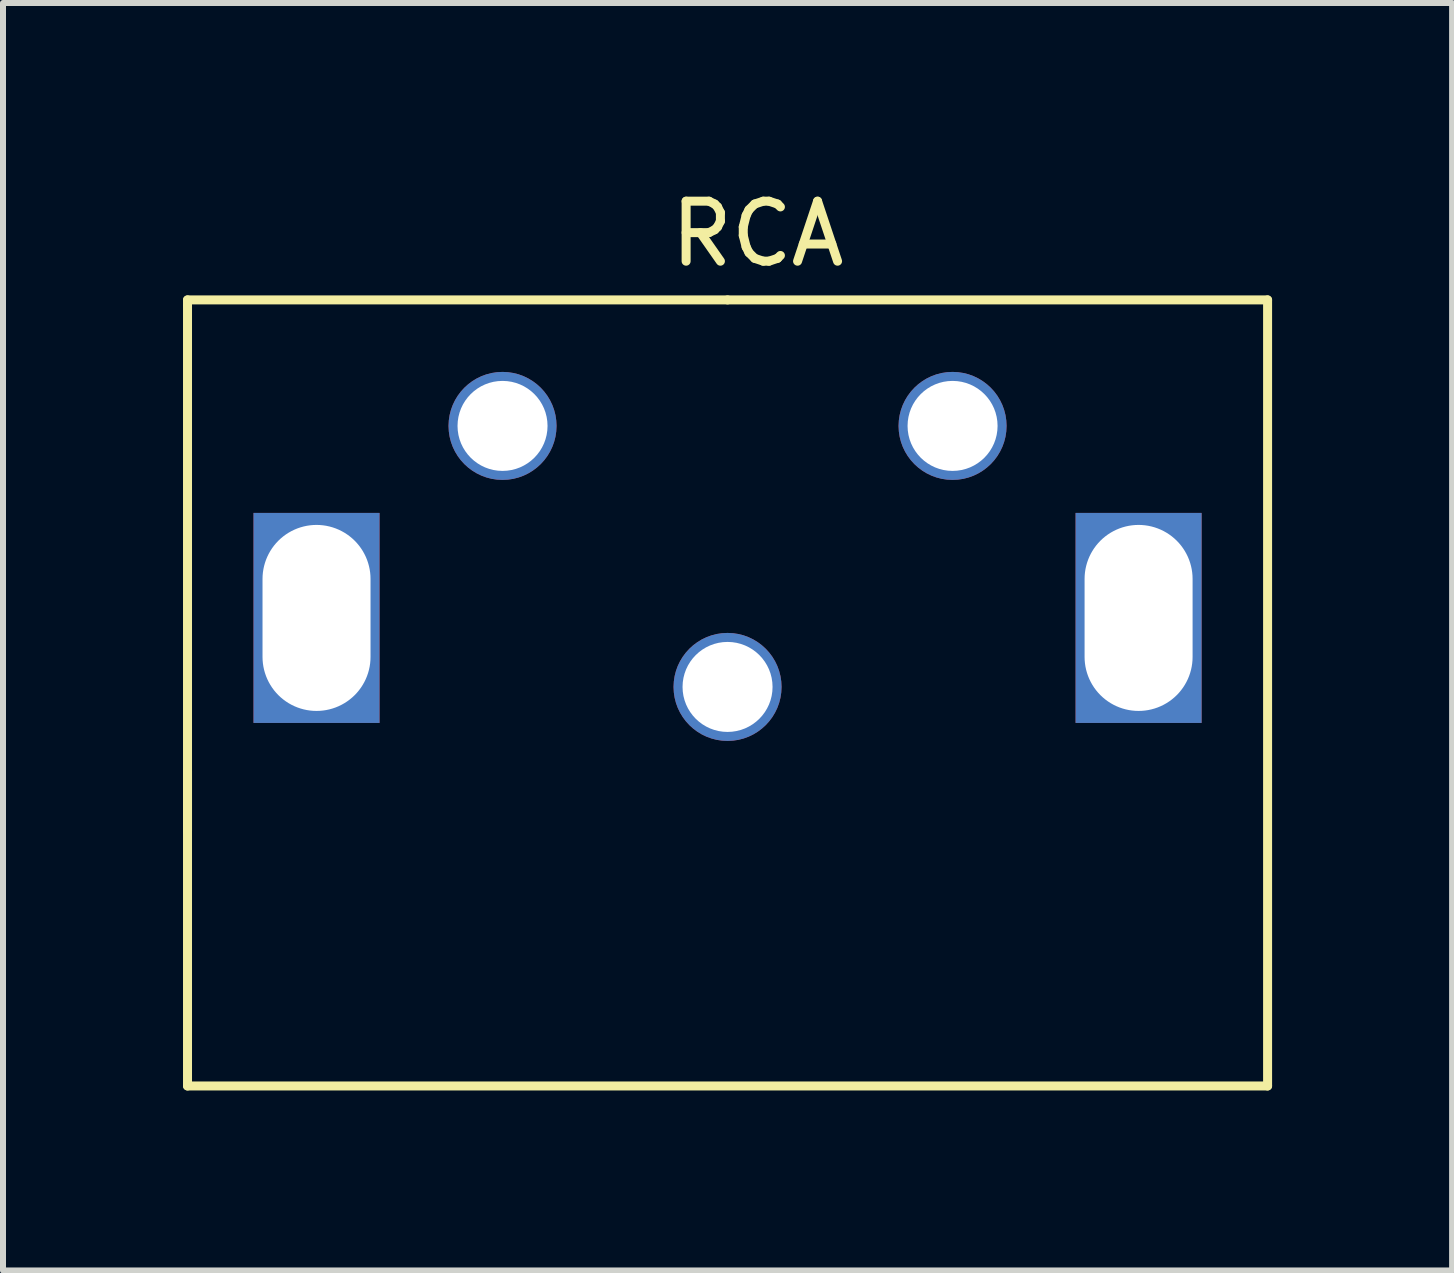
<source format=kicad_pcb>
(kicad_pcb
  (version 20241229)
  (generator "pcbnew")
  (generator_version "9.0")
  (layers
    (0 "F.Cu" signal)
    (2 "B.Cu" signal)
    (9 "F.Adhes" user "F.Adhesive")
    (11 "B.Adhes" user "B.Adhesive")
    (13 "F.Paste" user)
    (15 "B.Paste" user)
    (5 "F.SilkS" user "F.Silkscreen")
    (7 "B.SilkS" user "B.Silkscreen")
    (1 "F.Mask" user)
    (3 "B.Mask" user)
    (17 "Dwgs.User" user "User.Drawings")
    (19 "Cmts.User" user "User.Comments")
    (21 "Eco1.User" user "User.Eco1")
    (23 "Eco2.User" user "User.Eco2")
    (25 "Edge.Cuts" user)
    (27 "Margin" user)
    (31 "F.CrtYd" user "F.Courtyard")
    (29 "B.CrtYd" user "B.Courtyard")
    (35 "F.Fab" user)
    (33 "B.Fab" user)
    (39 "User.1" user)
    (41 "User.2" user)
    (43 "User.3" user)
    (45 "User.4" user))
  (footprint "RCA"
    (layer "F.Cu")
    (at 9.075 4.048)
    (property "Reference" "RCA" (at 0.5 -3.2 0) (layer "F.SilkS") (effects (font (size 1 1) (thickness 0.15))))
    (attr through_hole)
    (fp_line (start -9 -2.01) (end -9 -2.1) (stroke (width 0.15) (type solid)) (layer "F.SilkS"))
    (fp_line (start -9 5.75) (end -9 6.75) (stroke (width 0.15) (type solid)) (layer "F.SilkS"))
    (fp_line (start -9 11) (end -9 -2) (stroke (width 0.15) (type solid)) (layer "F.SilkS"))
    (fp_line (start -9 11) (end 9 11) (stroke (width 0.15) (type solid)) (layer "F.SilkS"))
    (fp_line (start 0 -2.1) (end -9 -2.1) (stroke (width 0.15) (type solid)) (layer "F.SilkS"))
    (fp_line (start 0 -2.1) (end 9 -2.1) (stroke (width 0.15) (type solid)) (layer "F.SilkS"))
    (fp_line (start 9 11) (end 9 -2.1) (stroke (width 0.15) (type solid)) (layer "F.SilkS"))
    (pad "" np_thru_hole rect (at -6.85 3.2) (size 2.1 3.5) (drill oval 1.8 3.1) (layers "*.Cu" "*.Mask"))
    (pad "" np_thru_hole rect (at 6.85 3.2) (size 2.1 3.5) (drill oval 1.8 3.1) (layers "*.Cu" "*.Mask"))
    (pad "1" thru_hole circle (at 0 4.35) (size 1.8 1.8) (drill 1.5) (layers "*.Cu" "*.Mask"))
    (pad "2" thru_hole circle (at -3.75 0) (size 1.8 1.8) (drill 1.5) (layers "*.Cu" "*.Mask"))
    (pad "3" thru_hole circle (at 3.75 0) (size 1.8 1.8) (drill 1.5) (layers "*.Cu" "*.Mask")))
  (gr_rect
    (start -3 -3)
    (end 21.15 18.123)
    (stroke (width 0.1) (type default))
    (fill no)
    (layer "Edge.Cuts")))
</source>
